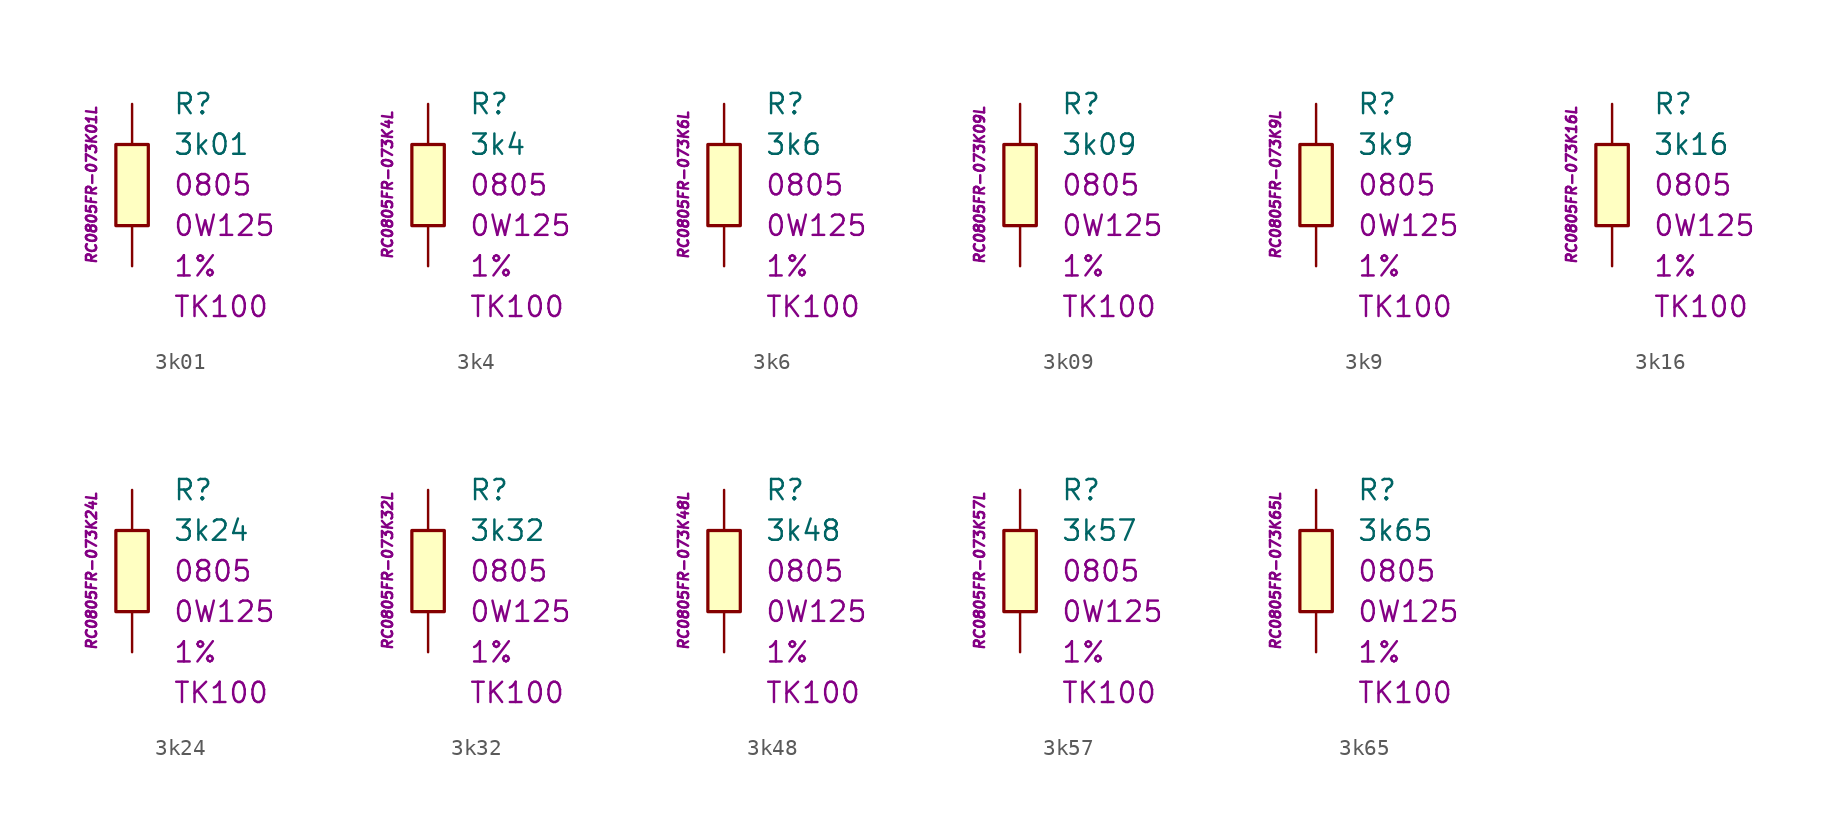
<source format=kicad_sym>
(kicad_symbol_lib
  (version 20201005)
  (generator kicad_symbol_editor)
  (symbol "3k01"
    (pin_numbers hide)
    (pin_names
      (offset 1.016) hide)
    (property "Reference" "R"
      (at 2.54 5.08 0)
      (effects (font (size 1.27 1.27)) (justify left)))
    (property "Value" "3k01"
      (at 2.54 2.54 0)
      (effects (font (size 1.27 1.27)) (justify left)))
    (property "Package" "0805"
      (at 2.54 0 0)
      (effects (font (size 1.27 1.27)) (justify left)))
    (property "Power" "0W125"
      (at 2.54 -2.54 0)
      (effects (font (size 1.27 1.27)) (justify left)))
    (property "Tolerance" "1%"
      (at 2.54 -5.08 0)
      (effects (font (size 1.27 1.27)) (justify left)))
    (property "TK" "TK100"
      (at 2.54 -7.62 0)
      (effects (font (size 1.27 1.27)) (justify left)))
    (property "ID" "RC0805FR-073K01L"
      (at -2.54 0 90)
      (effects (font (size 0.635 0.635) italic)))
    (symbol "3k01_0_1"
      (rectangle (start -1.016 2.54) (end 1.016 -2.54) (stroke (width 0.203)) (fill (type background))))
    (symbol "3k01_1_1"
      (pin passive line (at 0 5.08 270) (length 2.54) (name "~" (effects (font (size 1.778 1.778)))) (number "1" (effects (font (size 1.778 1.778)))))
      (pin passive line (at 0 -5.08 90) (length 2.54) (name "~" (effects (font (size 1.778 1.778)))) (number "2" (effects (font (size 1.778 1.778)))))))
  (symbol "3k4"
    (pin_numbers hide)
    (pin_names
      (offset 1.016) hide)
    (property "Reference" "R"
      (at 2.54 5.08 0)
      (effects (font (size 1.27 1.27)) (justify left)))
    (property "Value" "3k4"
      (at 2.54 2.54 0)
      (effects (font (size 1.27 1.27)) (justify left)))
    (property "Package" "0805"
      (at 2.54 0 0)
      (effects (font (size 1.27 1.27)) (justify left)))
    (property "Power" "0W125"
      (at 2.54 -2.54 0)
      (effects (font (size 1.27 1.27)) (justify left)))
    (property "Tolerance" "1%"
      (at 2.54 -5.08 0)
      (effects (font (size 1.27 1.27)) (justify left)))
    (property "TK" "TK100"
      (at 2.54 -7.62 0)
      (effects (font (size 1.27 1.27)) (justify left)))
    (property "ID" "RC0805FR-073K4L"
      (at -2.54 0 90)
      (effects (font (size 0.635 0.635) italic)))
    (symbol "3k4_0_1"
      (rectangle (start -1.016 2.54) (end 1.016 -2.54) (stroke (width 0.203)) (fill (type background))))
    (symbol "3k4_1_1"
      (pin passive line (at 0 5.08 270) (length 2.54) (name "~" (effects (font (size 1.778 1.778)))) (number "1" (effects (font (size 1.778 1.778)))))
      (pin passive line (at 0 -5.08 90) (length 2.54) (name "~" (effects (font (size 1.778 1.778)))) (number "2" (effects (font (size 1.778 1.778)))))))
  (symbol "3k6"
    (pin_numbers hide)
    (pin_names
      (offset 1.016) hide)
    (property "Reference" "R"
      (at 2.54 5.08 0)
      (effects (font (size 1.27 1.27)) (justify left)))
    (property "Value" "3k6"
      (at 2.54 2.54 0)
      (effects (font (size 1.27 1.27)) (justify left)))
    (property "Package" "0805"
      (at 2.54 0 0)
      (effects (font (size 1.27 1.27)) (justify left)))
    (property "Power" "0W125"
      (at 2.54 -2.54 0)
      (effects (font (size 1.27 1.27)) (justify left)))
    (property "Tolerance" "1%"
      (at 2.54 -5.08 0)
      (effects (font (size 1.27 1.27)) (justify left)))
    (property "TK" "TK100"
      (at 2.54 -7.62 0)
      (effects (font (size 1.27 1.27)) (justify left)))
    (property "ID" "RC0805FR-073K6L"
      (at -2.54 0 90)
      (effects (font (size 0.635 0.635) italic)))
    (symbol "3k6_0_1"
      (rectangle (start -1.016 2.54) (end 1.016 -2.54) (stroke (width 0.203)) (fill (type background))))
    (symbol "3k6_1_1"
      (pin passive line (at 0 5.08 270) (length 2.54) (name "~" (effects (font (size 1.778 1.778)))) (number "1" (effects (font (size 1.778 1.778)))))
      (pin passive line (at 0 -5.08 90) (length 2.54) (name "~" (effects (font (size 1.778 1.778)))) (number "2" (effects (font (size 1.778 1.778)))))))
  (symbol "3k09"
    (pin_numbers hide)
    (pin_names
      (offset 1.016) hide)
    (property "Reference" "R"
      (at 2.54 5.08 0)
      (effects (font (size 1.27 1.27)) (justify left)))
    (property "Value" "3k09"
      (at 2.54 2.54 0)
      (effects (font (size 1.27 1.27)) (justify left)))
    (property "Package" "0805"
      (at 2.54 0 0)
      (effects (font (size 1.27 1.27)) (justify left)))
    (property "Power" "0W125"
      (at 2.54 -2.54 0)
      (effects (font (size 1.27 1.27)) (justify left)))
    (property "Tolerance" "1%"
      (at 2.54 -5.08 0)
      (effects (font (size 1.27 1.27)) (justify left)))
    (property "TK" "TK100"
      (at 2.54 -7.62 0)
      (effects (font (size 1.27 1.27)) (justify left)))
    (property "ID" "RC0805FR-073K09L"
      (at -2.54 0 90)
      (effects (font (size 0.635 0.635) italic)))
    (symbol "3k09_0_1"
      (rectangle (start -1.016 2.54) (end 1.016 -2.54) (stroke (width 0.203)) (fill (type background))))
    (symbol "3k09_1_1"
      (pin passive line (at 0 5.08 270) (length 2.54) (name "~" (effects (font (size 1.778 1.778)))) (number "1" (effects (font (size 1.778 1.778)))))
      (pin passive line (at 0 -5.08 90) (length 2.54) (name "~" (effects (font (size 1.778 1.778)))) (number "2" (effects (font (size 1.778 1.778)))))))
  (symbol "3k9"
    (pin_numbers hide)
    (pin_names
      (offset 1.016) hide)
    (property "Reference" "R"
      (at 2.54 5.08 0)
      (effects (font (size 1.27 1.27)) (justify left)))
    (property "Value" "3k9"
      (at 2.54 2.54 0)
      (effects (font (size 1.27 1.27)) (justify left)))
    (property "Package" "0805"
      (at 2.54 0 0)
      (effects (font (size 1.27 1.27)) (justify left)))
    (property "Power" "0W125"
      (at 2.54 -2.54 0)
      (effects (font (size 1.27 1.27)) (justify left)))
    (property "Tolerance" "1%"
      (at 2.54 -5.08 0)
      (effects (font (size 1.27 1.27)) (justify left)))
    (property "TK" "TK100"
      (at 2.54 -7.62 0)
      (effects (font (size 1.27 1.27)) (justify left)))
    (property "ID" "RC0805FR-073K9L"
      (at -2.54 0 90)
      (effects (font (size 0.635 0.635) italic)))
    (symbol "3k9_0_1"
      (rectangle (start -1.016 2.54) (end 1.016 -2.54) (stroke (width 0.203)) (fill (type background))))
    (symbol "3k9_1_1"
      (pin passive line (at 0 5.08 270) (length 2.54) (name "~" (effects (font (size 1.778 1.778)))) (number "1" (effects (font (size 1.778 1.778)))))
      (pin passive line (at 0 -5.08 90) (length 2.54) (name "~" (effects (font (size 1.778 1.778)))) (number "2" (effects (font (size 1.778 1.778)))))))
  (symbol "3k16"
    (pin_numbers hide)
    (pin_names
      (offset 1.016) hide)
    (property "Reference" "R"
      (at 2.54 5.08 0)
      (effects (font (size 1.27 1.27)) (justify left)))
    (property "Value" "3k16"
      (at 2.54 2.54 0)
      (effects (font (size 1.27 1.27)) (justify left)))
    (property "Package" "0805"
      (at 2.54 0 0)
      (effects (font (size 1.27 1.27)) (justify left)))
    (property "Power" "0W125"
      (at 2.54 -2.54 0)
      (effects (font (size 1.27 1.27)) (justify left)))
    (property "Tolerance" "1%"
      (at 2.54 -5.08 0)
      (effects (font (size 1.27 1.27)) (justify left)))
    (property "TK" "TK100"
      (at 2.54 -7.62 0)
      (effects (font (size 1.27 1.27)) (justify left)))
    (property "ID" "RC0805FR-073K16L"
      (at -2.54 0 90)
      (effects (font (size 0.635 0.635) italic)))
    (symbol "3k16_0_1"
      (rectangle (start -1.016 2.54) (end 1.016 -2.54) (stroke (width 0.203)) (fill (type background))))
    (symbol "3k16_1_1"
      (pin passive line (at 0 5.08 270) (length 2.54) (name "~" (effects (font (size 1.778 1.778)))) (number "1" (effects (font (size 1.778 1.778)))))
      (pin passive line (at 0 -5.08 90) (length 2.54) (name "~" (effects (font (size 1.778 1.778)))) (number "2" (effects (font (size 1.778 1.778)))))))
  (symbol "3k24"
    (pin_numbers hide)
    (pin_names
      (offset 1.016) hide)
    (property "Reference" "R"
      (at 2.54 5.08 0)
      (effects (font (size 1.27 1.27)) (justify left)))
    (property "Value" "3k24"
      (at 2.54 2.54 0)
      (effects (font (size 1.27 1.27)) (justify left)))
    (property "Package" "0805"
      (at 2.54 0 0)
      (effects (font (size 1.27 1.27)) (justify left)))
    (property "Power" "0W125"
      (at 2.54 -2.54 0)
      (effects (font (size 1.27 1.27)) (justify left)))
    (property "Tolerance" "1%"
      (at 2.54 -5.08 0)
      (effects (font (size 1.27 1.27)) (justify left)))
    (property "TK" "TK100"
      (at 2.54 -7.62 0)
      (effects (font (size 1.27 1.27)) (justify left)))
    (property "ID" "RC0805FR-073K24L"
      (at -2.54 0 90)
      (effects (font (size 0.635 0.635) italic)))
    (symbol "3k24_0_1"
      (rectangle (start -1.016 2.54) (end 1.016 -2.54) (stroke (width 0.203)) (fill (type background))))
    (symbol "3k24_1_1"
      (pin passive line (at 0 5.08 270) (length 2.54) (name "~" (effects (font (size 1.778 1.778)))) (number "1" (effects (font (size 1.778 1.778)))))
      (pin passive line (at 0 -5.08 90) (length 2.54) (name "~" (effects (font (size 1.778 1.778)))) (number "2" (effects (font (size 1.778 1.778)))))))
  (symbol "3k32"
    (pin_numbers hide)
    (pin_names
      (offset 1.016) hide)
    (property "Reference" "R"
      (at 2.54 5.08 0)
      (effects (font (size 1.27 1.27)) (justify left)))
    (property "Value" "3k32"
      (at 2.54 2.54 0)
      (effects (font (size 1.27 1.27)) (justify left)))
    (property "Package" "0805"
      (at 2.54 0 0)
      (effects (font (size 1.27 1.27)) (justify left)))
    (property "Power" "0W125"
      (at 2.54 -2.54 0)
      (effects (font (size 1.27 1.27)) (justify left)))
    (property "Tolerance" "1%"
      (at 2.54 -5.08 0)
      (effects (font (size 1.27 1.27)) (justify left)))
    (property "TK" "TK100"
      (at 2.54 -7.62 0)
      (effects (font (size 1.27 1.27)) (justify left)))
    (property "ID" "RC0805FR-073K32L"
      (at -2.54 0 90)
      (effects (font (size 0.635 0.635) italic)))
    (symbol "3k32_0_1"
      (rectangle (start -1.016 2.54) (end 1.016 -2.54) (stroke (width 0.203)) (fill (type background))))
    (symbol "3k32_1_1"
      (pin passive line (at 0 5.08 270) (length 2.54) (name "~" (effects (font (size 1.778 1.778)))) (number "1" (effects (font (size 1.778 1.778)))))
      (pin passive line (at 0 -5.08 90) (length 2.54) (name "~" (effects (font (size 1.778 1.778)))) (number "2" (effects (font (size 1.778 1.778)))))))
  (symbol "3k48"
    (pin_numbers hide)
    (pin_names
      (offset 1.016) hide)
    (property "Reference" "R"
      (at 2.54 5.08 0)
      (effects (font (size 1.27 1.27)) (justify left)))
    (property "Value" "3k48"
      (at 2.54 2.54 0)
      (effects (font (size 1.27 1.27)) (justify left)))
    (property "Package" "0805"
      (at 2.54 0 0)
      (effects (font (size 1.27 1.27)) (justify left)))
    (property "Power" "0W125"
      (at 2.54 -2.54 0)
      (effects (font (size 1.27 1.27)) (justify left)))
    (property "Tolerance" "1%"
      (at 2.54 -5.08 0)
      (effects (font (size 1.27 1.27)) (justify left)))
    (property "TK" "TK100"
      (at 2.54 -7.62 0)
      (effects (font (size 1.27 1.27)) (justify left)))
    (property "ID" "RC0805FR-073K48L"
      (at -2.54 0 90)
      (effects (font (size 0.635 0.635) italic)))
    (symbol "3k48_0_1"
      (rectangle (start -1.016 2.54) (end 1.016 -2.54) (stroke (width 0.203)) (fill (type background))))
    (symbol "3k48_1_1"
      (pin passive line (at 0 5.08 270) (length 2.54) (name "~" (effects (font (size 1.778 1.778)))) (number "1" (effects (font (size 1.778 1.778)))))
      (pin passive line (at 0 -5.08 90) (length 2.54) (name "~" (effects (font (size 1.778 1.778)))) (number "2" (effects (font (size 1.778 1.778)))))))
  (symbol "3k57"
    (pin_numbers hide)
    (pin_names
      (offset 1.016) hide)
    (property "Reference" "R"
      (at 2.54 5.08 0)
      (effects (font (size 1.27 1.27)) (justify left)))
    (property "Value" "3k57"
      (at 2.54 2.54 0)
      (effects (font (size 1.27 1.27)) (justify left)))
    (property "Package" "0805"
      (at 2.54 0 0)
      (effects (font (size 1.27 1.27)) (justify left)))
    (property "Power" "0W125"
      (at 2.54 -2.54 0)
      (effects (font (size 1.27 1.27)) (justify left)))
    (property "Tolerance" "1%"
      (at 2.54 -5.08 0)
      (effects (font (size 1.27 1.27)) (justify left)))
    (property "TK" "TK100"
      (at 2.54 -7.62 0)
      (effects (font (size 1.27 1.27)) (justify left)))
    (property "ID" "RC0805FR-073K57L"
      (at -2.54 0 90)
      (effects (font (size 0.635 0.635) italic)))
    (symbol "3k57_0_1"
      (rectangle (start -1.016 2.54) (end 1.016 -2.54) (stroke (width 0.203)) (fill (type background))))
    (symbol "3k57_1_1"
      (pin passive line (at 0 5.08 270) (length 2.54) (name "~" (effects (font (size 1.778 1.778)))) (number "1" (effects (font (size 1.778 1.778)))))
      (pin passive line (at 0 -5.08 90) (length 2.54) (name "~" (effects (font (size 1.778 1.778)))) (number "2" (effects (font (size 1.778 1.778)))))))
  (symbol "3k65"
    (pin_numbers hide)
    (pin_names
      (offset 1.016) hide)
    (property "Reference" "R"
      (at 2.54 5.08 0)
      (effects (font (size 1.27 1.27)) (justify left)))
    (property "Value" "3k65"
      (at 2.54 2.54 0)
      (effects (font (size 1.27 1.27)) (justify left)))
    (property "Package" "0805"
      (at 2.54 0 0)
      (effects (font (size 1.27 1.27)) (justify left)))
    (property "Power" "0W125"
      (at 2.54 -2.54 0)
      (effects (font (size 1.27 1.27)) (justify left)))
    (property "Tolerance" "1%"
      (at 2.54 -5.08 0)
      (effects (font (size 1.27 1.27)) (justify left)))
    (property "TK" "TK100"
      (at 2.54 -7.62 0)
      (effects (font (size 1.27 1.27)) (justify left)))
    (property "ID" "RC0805FR-073K65L"
      (at -2.54 0 90)
      (effects (font (size 0.635 0.635) italic)))
    (symbol "3k65_0_1"
      (rectangle (start -1.016 2.54) (end 1.016 -2.54) (stroke (width 0.203)) (fill (type background))))
    (symbol "3k65_1_1"
      (pin passive line (at 0 5.08 270) (length 2.54) (name "~" (effects (font (size 1.778 1.778)))) (number "1" (effects (font (size 1.778 1.778)))))
      (pin passive line (at 0 -5.08 90) (length 2.54) (name "~" (effects (font (size 1.778 1.778)))) (number "2" (effects (font (size 1.778 1.778))))))))
</source>
